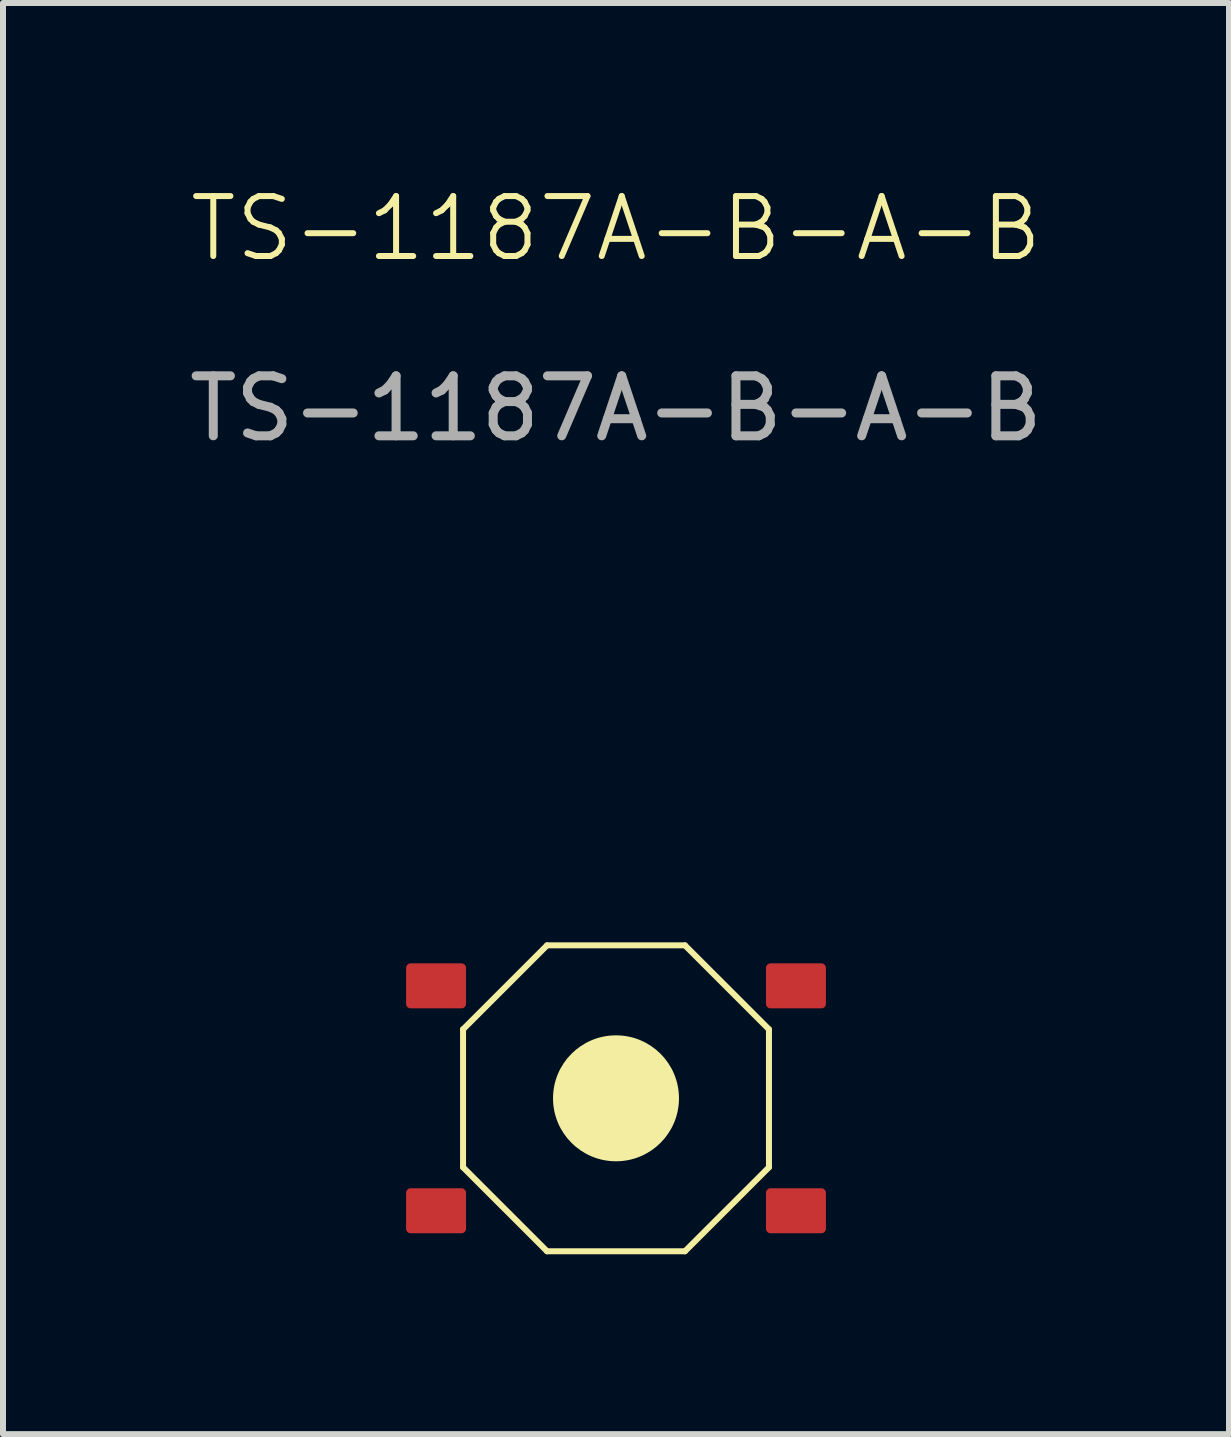
<source format=kicad_pcb>
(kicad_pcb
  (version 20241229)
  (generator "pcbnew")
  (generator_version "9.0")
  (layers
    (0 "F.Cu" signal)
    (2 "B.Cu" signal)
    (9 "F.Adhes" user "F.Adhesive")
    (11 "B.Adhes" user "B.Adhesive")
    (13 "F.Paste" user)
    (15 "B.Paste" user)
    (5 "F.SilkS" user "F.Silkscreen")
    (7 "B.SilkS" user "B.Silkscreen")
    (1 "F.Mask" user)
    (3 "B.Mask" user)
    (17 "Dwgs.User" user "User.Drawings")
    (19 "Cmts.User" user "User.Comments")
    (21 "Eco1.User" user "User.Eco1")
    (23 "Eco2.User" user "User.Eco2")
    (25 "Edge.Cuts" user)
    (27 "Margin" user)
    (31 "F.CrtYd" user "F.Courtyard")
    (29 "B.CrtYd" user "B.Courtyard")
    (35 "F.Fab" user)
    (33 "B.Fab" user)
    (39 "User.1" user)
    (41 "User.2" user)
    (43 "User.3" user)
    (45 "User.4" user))
  (footprint "TS-1187A-B-A-B"
    (layer "F.Cu")
    (at 7.22 15.261)
    (property "Reference" "TS-1187A-B-A-B" (at 0 -14.5 0) (unlocked yes) (layer "F.SilkS") (effects (font (size 1 1) (thickness 0.1))))
    (attr smd)
    (fp_line (start -2.55 1.15) (end -2.55 -1.15) (stroke (width 0.1) (type default)) (layer "F.SilkS"))
    (fp_line (start -2.55 1.15) (end -1.15 2.55) (stroke (width 0.1) (type default)) (layer "F.SilkS"))
    (fp_line (start -1.15 -2.55) (end -2.55 -1.15) (stroke (width 0.1) (type default)) (layer "F.SilkS"))
    (fp_line (start -1.15 -2.55) (end 1.15 -2.55) (stroke (width 0.1) (type default)) (layer "F.SilkS"))
    (fp_line (start 1.15 -2.55) (end 2.55 -1.15) (stroke (width 0.1) (type default)) (layer "F.SilkS"))
    (fp_line (start 1.15 2.55) (end -1.15 2.55) (stroke (width 0.1) (type default)) (layer "F.SilkS"))
    (fp_line (start 2.55 -1.15) (end 2.55 1.15) (stroke (width 0.1) (type default)) (layer "F.SilkS"))
    (fp_line (start 2.55 1.15) (end 1.15 2.55) (stroke (width 0.1) (type default)) (layer "F.SilkS"))
    (fp_circle (center 0 0) (end 1 0) (stroke (width 0.1) (type solid)) (fill yes) (layer "F.SilkS"))
    (fp_text user "${REFERENCE}" (at 0 -11.5 0) (unlocked yes) (layer "F.Fab") (effects (font (size 1 1) (thickness 0.15))))
    (pad "1" smd roundrect (at -3 -1.875 180) (size 1 0.75) (layers "F.Cu" "F.Mask" "F.Paste") (roundrect_rratio 0.1))
    (pad "1" smd roundrect (at 3 -1.875 180) (size 1 0.75) (layers "F.Cu" "F.Mask" "F.Paste") (roundrect_rratio 0.1))
    (pad "2" smd roundrect (at -3 1.875 180) (size 1 0.75) (layers "F.Cu" "F.Mask" "F.Paste") (roundrect_rratio 0.1))
    (pad "2" smd roundrect (at 3 1.875 180) (size 1 0.75) (layers "F.Cu" "F.Mask" "F.Paste") (roundrect_rratio 0.1)))
  (gr_rect
    (start -3 -3)
    (end 17.44 20.86)
    (stroke (width 0.1) (type default))
    (fill no)
    (layer "Edge.Cuts")))
</source>
